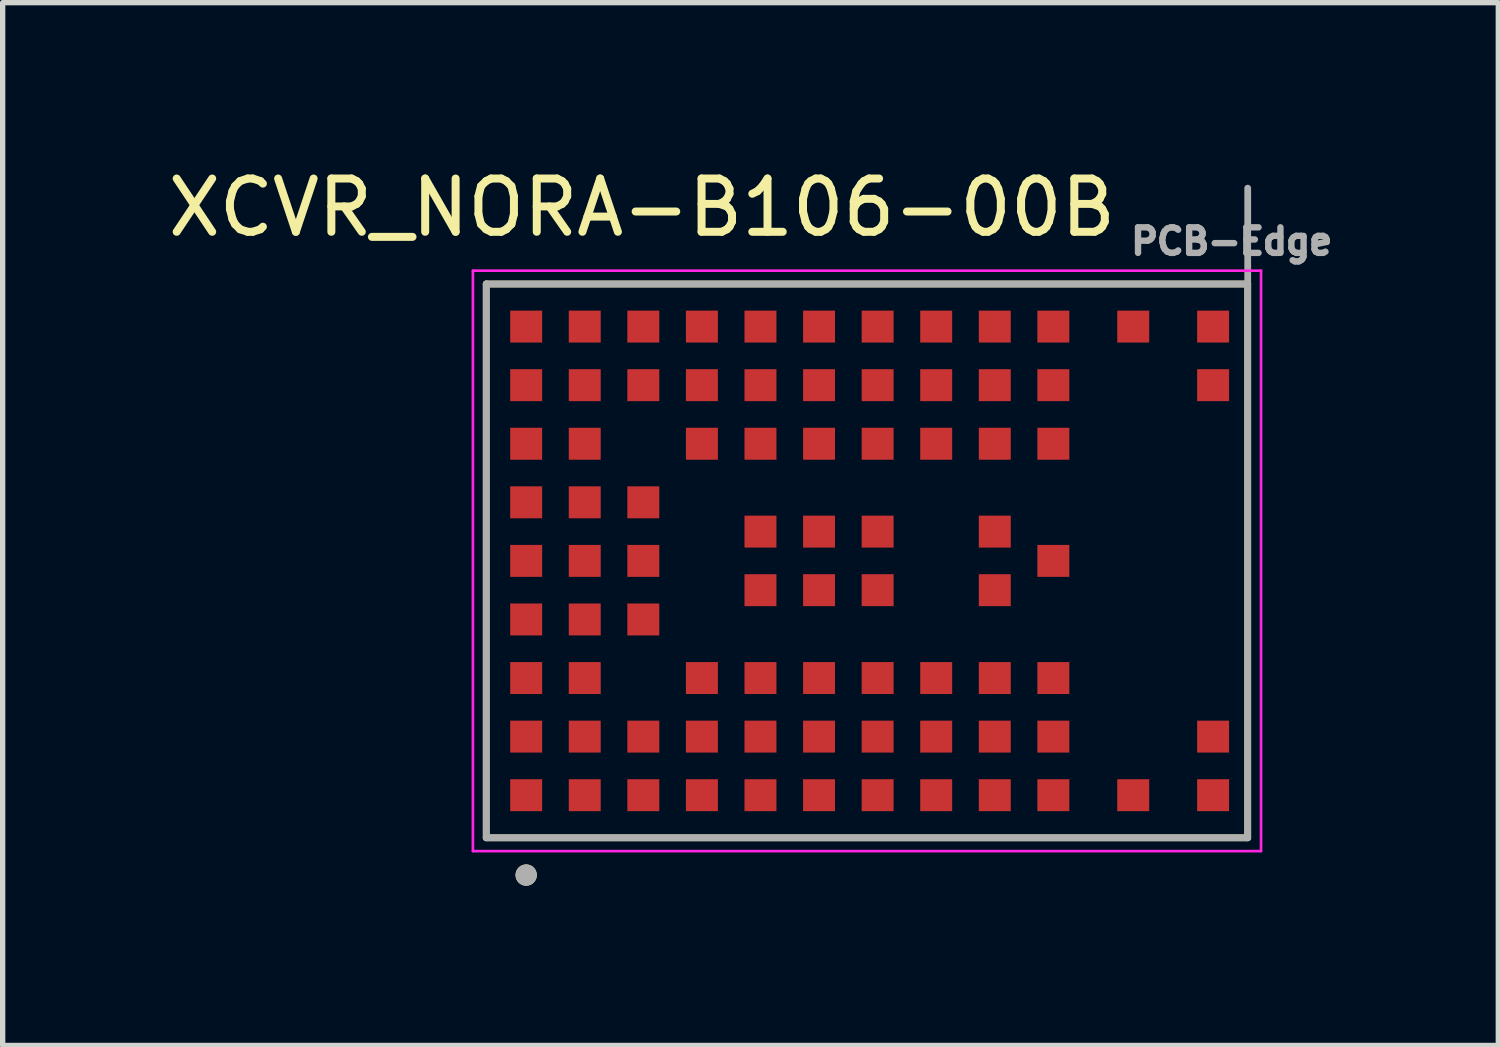
<source format=kicad_pcb>
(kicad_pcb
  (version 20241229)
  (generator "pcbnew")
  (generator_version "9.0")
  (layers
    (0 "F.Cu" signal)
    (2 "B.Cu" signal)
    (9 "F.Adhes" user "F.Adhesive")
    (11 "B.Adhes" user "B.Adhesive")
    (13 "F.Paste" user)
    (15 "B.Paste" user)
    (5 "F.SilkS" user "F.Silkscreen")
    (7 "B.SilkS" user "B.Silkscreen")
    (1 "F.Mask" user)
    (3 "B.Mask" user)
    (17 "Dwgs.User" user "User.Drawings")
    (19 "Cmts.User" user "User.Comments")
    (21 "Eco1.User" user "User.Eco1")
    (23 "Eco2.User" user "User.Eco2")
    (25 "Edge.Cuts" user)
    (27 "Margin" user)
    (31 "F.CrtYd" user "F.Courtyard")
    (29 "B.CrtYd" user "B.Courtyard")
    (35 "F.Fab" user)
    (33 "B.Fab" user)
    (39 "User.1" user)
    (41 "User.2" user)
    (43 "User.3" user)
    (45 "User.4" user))
  (footprint "XCVR_NORA-B106-00B"
    (layer "F.Cu")
    (at 12.331 7.483)
    (property "Reference" "XCVR_NORA-B106-00B" (at -3.325 -6.635 0) (layer "F.SilkS") (effects (font (size 1 1) (thickness 0.15))))
    (attr through_hole)
    (fp_line (start -6.25 -5.2) (end 8.05 -5.2) (stroke (width 0.127) (type solid)) (layer "F.SilkS"))
    (fp_line (start -6.25 5.2) (end -6.25 -5.2) (stroke (width 0.127) (type solid)) (layer "F.SilkS"))
    (fp_line (start 8.05 -5.2) (end 8.05 5.2) (stroke (width 0.127) (type solid)) (layer "F.SilkS"))
    (fp_line (start 8.05 5.2) (end -6.25 5.2) (stroke (width 0.127) (type solid)) (layer "F.SilkS"))
    (fp_circle (center -5.5 5.9) (end -5.4 5.9) (stroke (width 0.2) (type solid)) (fill no) (layer "F.SilkS"))
    (fp_line (start -6.5 -5.45) (end -6.5 5.45) (stroke (width 0.05) (type solid)) (layer "F.CrtYd"))
    (fp_line (start -6.5 5.45) (end 8.3 5.45) (stroke (width 0.05) (type solid)) (layer "F.CrtYd"))
    (fp_line (start 8.3 -5.45) (end -6.5 -5.45) (stroke (width 0.05) (type solid)) (layer "F.CrtYd"))
    (fp_line (start 8.3 5.45) (end 8.3 -5.45) (stroke (width 0.05) (type solid)) (layer "F.CrtYd"))
    (fp_line (start -6.25 -5.2) (end 8.05 -5.2) (stroke (width 0.127) (type solid)) (layer "F.Fab"))
    (fp_line (start -6.25 5.2) (end -6.25 -5.2) (stroke (width 0.127) (type solid)) (layer "F.Fab"))
    (fp_line (start 8.05 -7) (end 8.05 -5.2) (stroke (width 0.127) (type solid)) (layer "F.Fab"))
    (fp_line (start 8.05 -5.2) (end 8.05 5.2) (stroke (width 0.127) (type solid)) (layer "F.Fab"))
    (fp_line (start 8.05 5.2) (end -6.25 5.2) (stroke (width 0.127) (type solid)) (layer "F.Fab"))
    (fp_circle (center -5.5 5.9) (end -5.4 5.9) (stroke (width 0.2) (type solid)) (fill no) (layer "F.Fab"))
    (fp_text user "PCB-Edge" (at 7.75 -6 0) (layer "F.Fab") (effects (font (size 0.48 0.48) (thickness 0.15))))
    (pad "A1" smd rect (at -5.5 4.4) (size 0.6 0.6) (layers "F.Cu" "F.Mask" "F.Paste"))
    (pad "A2" smd rect (at -5.5 3.3) (size 0.6 0.6) (layers "F.Cu" "F.Mask" "F.Paste"))
    (pad "A3" smd rect (at -5.5 2.2) (size 0.6 0.6) (layers "F.Cu" "F.Mask" "F.Paste"))
    (pad "A4" smd rect (at -5.5 1.1) (size 0.6 0.6) (layers "F.Cu" "F.Mask" "F.Paste"))
    (pad "A5" smd rect (at -5.5 0) (size 0.6 0.6) (layers "F.Cu" "F.Mask" "F.Paste"))
    (pad "A6" smd rect (at -5.5 -1.1) (size 0.6 0.6) (layers "F.Cu" "F.Mask" "F.Paste"))
    (pad "A7" smd rect (at -5.5 -2.2) (size 0.6 0.6) (layers "F.Cu" "F.Mask" "F.Paste"))
    (pad "A8" smd rect (at -5.5 -3.3) (size 0.6 0.6) (layers "F.Cu" "F.Mask" "F.Paste"))
    (pad "A9" smd rect (at -5.5 -4.4) (size 0.6 0.6) (layers "F.Cu" "F.Mask" "F.Paste"))
    (pad "B1" smd rect (at -4.4 4.4) (size 0.6 0.6) (layers "F.Cu" "F.Mask" "F.Paste"))
    (pad "B2" smd rect (at -4.4 3.3) (size 0.6 0.6) (layers "F.Cu" "F.Mask" "F.Paste"))
    (pad "B3" smd rect (at -4.4 2.2) (size 0.6 0.6) (layers "F.Cu" "F.Mask" "F.Paste"))
    (pad "B4" smd rect (at -4.4 1.1) (size 0.6 0.6) (layers "F.Cu" "F.Mask" "F.Paste"))
    (pad "B5" smd rect (at -4.4 0) (size 0.6 0.6) (layers "F.Cu" "F.Mask" "F.Paste"))
    (pad "B6" smd rect (at -4.4 -1.1) (size 0.6 0.6) (layers "F.Cu" "F.Mask" "F.Paste"))
    (pad "B7" smd rect (at -4.4 -2.2) (size 0.6 0.6) (layers "F.Cu" "F.Mask" "F.Paste"))
    (pad "B8" smd rect (at -4.4 -3.3) (size 0.6 0.6) (layers "F.Cu" "F.Mask" "F.Paste"))
    (pad "B9" smd rect (at -4.4 -4.4) (size 0.6 0.6) (layers "F.Cu" "F.Mask" "F.Paste"))
    (pad "C1" smd rect (at -3.3 4.4) (size 0.6 0.6) (layers "F.Cu" "F.Mask" "F.Paste"))
    (pad "C2" smd rect (at -3.3 3.3) (size 0.6 0.6) (layers "F.Cu" "F.Mask" "F.Paste"))
    (pad "C4" smd rect (at -3.3 1.1) (size 0.6 0.6) (layers "F.Cu" "F.Mask" "F.Paste"))
    (pad "C5" smd rect (at -3.3 0) (size 0.6 0.6) (layers "F.Cu" "F.Mask" "F.Paste"))
    (pad "C6" smd rect (at -3.3 -1.1) (size 0.6 0.6) (layers "F.Cu" "F.Mask" "F.Paste"))
    (pad "C8" smd rect (at -3.3 -3.3) (size 0.6 0.6) (layers "F.Cu" "F.Mask" "F.Paste"))
    (pad "C9" smd rect (at -3.3 -4.4) (size 0.6 0.6) (layers "F.Cu" "F.Mask" "F.Paste"))
    (pad "D1" smd rect (at -2.2 4.4) (size 0.6 0.6) (layers "F.Cu" "F.Mask" "F.Paste"))
    (pad "D2" smd rect (at -2.2 3.3) (size 0.6 0.6) (layers "F.Cu" "F.Mask" "F.Paste"))
    (pad "D3" smd rect (at -2.2 2.2) (size 0.6 0.6) (layers "F.Cu" "F.Mask" "F.Paste"))
    (pad "D7" smd rect (at -2.2 -2.2) (size 0.6 0.6) (layers "F.Cu" "F.Mask" "F.Paste"))
    (pad "D8" smd rect (at -2.2 -3.3) (size 0.6 0.6) (layers "F.Cu" "F.Mask" "F.Paste"))
    (pad "D9" smd rect (at -2.2 -4.4) (size 0.6 0.6) (layers "F.Cu" "F.Mask" "F.Paste"))
    (pad "E1" smd rect (at -1.1 4.4) (size 0.6 0.6) (layers "F.Cu" "F.Mask" "F.Paste"))
    (pad "E2" smd rect (at -1.1 3.3) (size 0.6 0.6) (layers "F.Cu" "F.Mask" "F.Paste"))
    (pad "E3" smd rect (at -1.1 2.2) (size 0.6 0.6) (layers "F.Cu" "F.Mask" "F.Paste"))
    (pad "E4" smd rect (at -1.1 0.55) (size 0.6 0.6) (layers "F.Cu" "F.Mask" "F.Paste"))
    (pad "E5" smd rect (at -1.1 -0.55) (size 0.6 0.6) (layers "F.Cu" "F.Mask" "F.Paste"))
    (pad "E7" smd rect (at -1.1 -2.2) (size 0.6 0.6) (layers "F.Cu" "F.Mask" "F.Paste"))
    (pad "E8" smd rect (at -1.1 -3.3) (size 0.6 0.6) (layers "F.Cu" "F.Mask" "F.Paste"))
    (pad "E9" smd rect (at -1.1 -4.4) (size 0.6 0.6) (layers "F.Cu" "F.Mask" "F.Paste"))
    (pad "F1" smd rect (at 0 4.4) (size 0.6 0.6) (layers "F.Cu" "F.Mask" "F.Paste"))
    (pad "F2" smd rect (at 0 3.3) (size 0.6 0.6) (layers "F.Cu" "F.Mask" "F.Paste"))
    (pad "F3" smd rect (at 0 2.2) (size 0.6 0.6) (layers "F.Cu" "F.Mask" "F.Paste"))
    (pad "F4" smd rect (at 0 0.55) (size 0.6 0.6) (layers "F.Cu" "F.Mask" "F.Paste"))
    (pad "F5" smd rect (at 0 -0.55) (size 0.6 0.6) (layers "F.Cu" "F.Mask" "F.Paste"))
    (pad "F7" smd rect (at 0 -2.2) (size 0.6 0.6) (layers "F.Cu" "F.Mask" "F.Paste"))
    (pad "F8" smd rect (at 0 -3.3) (size 0.6 0.6) (layers "F.Cu" "F.Mask" "F.Paste"))
    (pad "F9" smd rect (at 0 -4.4) (size 0.6 0.6) (layers "F.Cu" "F.Mask" "F.Paste"))
    (pad "G1" smd rect (at 1.1 4.4) (size 0.6 0.6) (layers "F.Cu" "F.Mask" "F.Paste"))
    (pad "G2" smd rect (at 1.1 3.3) (size 0.6 0.6) (layers "F.Cu" "F.Mask" "F.Paste"))
    (pad "G3" smd rect (at 1.1 2.2) (size 0.6 0.6) (layers "F.Cu" "F.Mask" "F.Paste"))
    (pad "G4" smd rect (at 1.1 0.55) (size 0.6 0.6) (layers "F.Cu" "F.Mask" "F.Paste"))
    (pad "G5" smd rect (at 1.1 -0.55) (size 0.6 0.6) (layers "F.Cu" "F.Mask" "F.Paste"))
    (pad "G7" smd rect (at 1.1 -2.2) (size 0.6 0.6) (layers "F.Cu" "F.Mask" "F.Paste"))
    (pad "G8" smd rect (at 1.1 -3.3) (size 0.6 0.6) (layers "F.Cu" "F.Mask" "F.Paste"))
    (pad "G9" smd rect (at 1.1 -4.4) (size 0.6 0.6) (layers "F.Cu" "F.Mask" "F.Paste"))
    (pad "H1" smd rect (at 2.2 4.4) (size 0.6 0.6) (layers "F.Cu" "F.Mask" "F.Paste"))
    (pad "H2" smd rect (at 2.2 3.3) (size 0.6 0.6) (layers "F.Cu" "F.Mask" "F.Paste"))
    (pad "H3" smd rect (at 2.2 2.2) (size 0.6 0.6) (layers "F.Cu" "F.Mask" "F.Paste"))
    (pad "H7" smd rect (at 2.2 -2.2) (size 0.6 0.6) (layers "F.Cu" "F.Mask" "F.Paste"))
    (pad "H8" smd rect (at 2.2 -3.3) (size 0.6 0.6) (layers "F.Cu" "F.Mask" "F.Paste"))
    (pad "H9" smd rect (at 2.2 -4.4) (size 0.6 0.6) (layers "F.Cu" "F.Mask" "F.Paste"))
    (pad "J1" smd rect (at 3.3 4.4) (size 0.6 0.6) (layers "F.Cu" "F.Mask" "F.Paste"))
    (pad "J2" smd rect (at 3.3 3.3) (size 0.6 0.6) (layers "F.Cu" "F.Mask" "F.Paste"))
    (pad "J3" smd rect (at 3.3 2.2) (size 0.6 0.6) (layers "F.Cu" "F.Mask" "F.Paste"))
    (pad "J4" smd rect (at 3.3 0.55) (size 0.6 0.6) (layers "F.Cu" "F.Mask" "F.Paste"))
    (pad "J5" smd rect (at 3.3 -0.55) (size 0.6 0.6) (layers "F.Cu" "F.Mask" "F.Paste"))
    (pad "J7" smd rect (at 3.3 -2.2) (size 0.6 0.6) (layers "F.Cu" "F.Mask" "F.Paste"))
    (pad "J8" smd rect (at 3.3 -3.3) (size 0.6 0.6) (layers "F.Cu" "F.Mask" "F.Paste"))
    (pad "J9" smd rect (at 3.3 -4.4) (size 0.6 0.6) (layers "F.Cu" "F.Mask" "F.Paste"))
    (pad "K1" smd rect (at 4.4 4.4) (size 0.6 0.6) (layers "F.Cu" "F.Mask" "F.Paste"))
    (pad "K2" smd rect (at 4.4 3.3) (size 0.6 0.6) (layers "F.Cu" "F.Mask" "F.Paste"))
    (pad "K3" smd rect (at 4.4 2.2) (size 0.6 0.6) (layers "F.Cu" "F.Mask" "F.Paste"))
    (pad "K5" smd rect (at 4.4 0) (size 0.6 0.6) (layers "F.Cu" "F.Mask" "F.Paste"))
    (pad "K7" smd rect (at 4.4 -2.2) (size 0.6 0.6) (layers "F.Cu" "F.Mask" "F.Paste"))
    (pad "K8" smd rect (at 4.4 -3.3) (size 0.6 0.6) (layers "F.Cu" "F.Mask" "F.Paste"))
    (pad "K9" smd rect (at 4.4 -4.4) (size 0.6 0.6) (layers "F.Cu" "F.Mask" "F.Paste"))
    (pad "L1" smd rect (at 5.9 4.4) (size 0.6 0.6) (layers "F.Cu" "F.Mask" "F.Paste"))
    (pad "L9" smd rect (at 5.9 -4.4) (size 0.6 0.6) (layers "F.Cu" "F.Mask" "F.Paste"))
    (pad "M1" smd rect (at 7.4 4.4) (size 0.6 0.6) (layers "F.Cu" "F.Mask" "F.Paste"))
    (pad "M2" smd rect (at 7.4 3.3) (size 0.6 0.6) (layers "F.Cu" "F.Mask" "F.Paste"))
    (pad "M8" smd rect (at 7.4 -3.3) (size 0.6 0.6) (layers "F.Cu" "F.Mask" "F.Paste"))
    (pad "M9" smd rect (at 7.4 -4.4) (size 0.6 0.6) (layers "F.Cu" "F.Mask" "F.Paste"))
    (zone (net_name "") (layer "F.Cu") (hatch full 0.508) (connect_pads) (min_thickness 0.01) (filled_areas_thickness no) (keepout (tracks not_allowed) (vias not_allowed) (pads not_allowed) (copperpour not_allowed) (footprints allowed)) (placement (enabled no)) (fill) (polygon (pts (xy 17.031 3.383) (xy 17.031 11.583) (xy 19.431 11.583) (xy 19.431 10.483) (xy 20.231 10.483) (xy 20.231 12.683) (xy 20.381 12.683) (xy 20.381 2.283) (xy 20.231 2.283) (xy 20.231 4.483) (xy 19.431 4.483) (xy 19.431 3.383))))
    (zone (net_name "") (layers "F.Cu" "B.Cu") (hatch full 0.508) (connect_pads) (min_thickness 0.01) (filled_areas_thickness no) (keepout (tracks allowed) (vias not_allowed) (pads allowed) (copperpour allowed) (footprints allowed)) (placement (enabled no)) (fill) (polygon (pts (xy 17.031 3.383) (xy 17.031 11.583) (xy 19.431 11.583) (xy 19.431 10.483) (xy 20.231 10.483) (xy 20.231 12.683) (xy 20.381 12.683) (xy 20.381 2.283) (xy 20.231 2.283) (xy 20.231 4.483) (xy 19.431 4.483) (xy 19.431 3.383))))
    (zone (net_name "") (layer "B.Cu") (hatch full 0.508) (connect_pads) (min_thickness 0.01) (filled_areas_thickness no) (keepout (tracks not_allowed) (vias not_allowed) (pads not_allowed) (copperpour not_allowed) (footprints allowed)) (placement (enabled no)) (fill) (polygon (pts (xy 17.031 3.383) (xy 17.031 11.583) (xy 19.431 11.583) (xy 19.431 10.483) (xy 20.231 10.483) (xy 20.231 12.683) (xy 20.381 12.683) (xy 20.381 2.283) (xy 20.231 2.283) (xy 20.231 4.483) (xy 19.431 4.483) (xy 19.431 3.383)))))
  (gr_rect
    (start -3 -3)
    (end 25.087 16.583)
    (stroke (width 0.1) (type default))
    (fill no)
    (layer "Edge.Cuts")))
</source>
